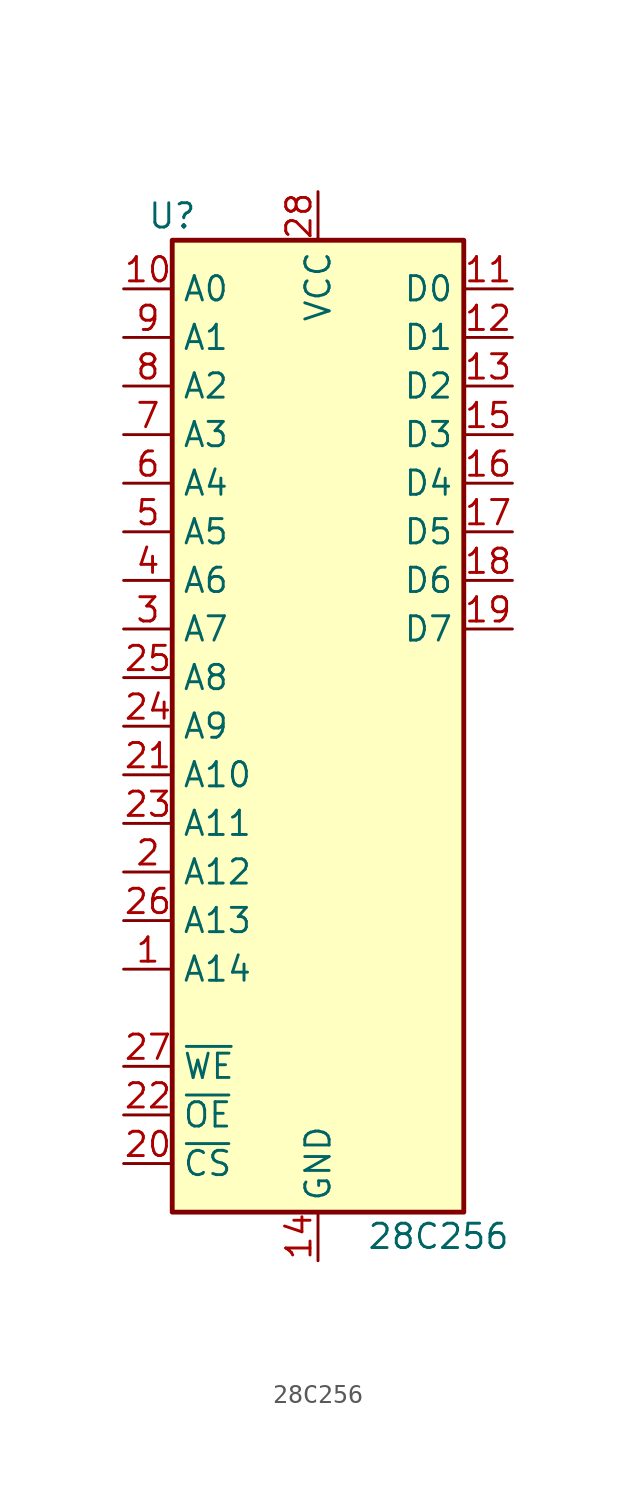
<source format=kicad_sym>
(kicad_symbol_lib
  (version 20241209)
  (generator "kicad_symbol_editor")
  (generator_version "9.0")
  (symbol "28C256"
    (property "Reference" "U"
      (at -7.62 26.67 0)
      (effects (font (size 1.27 1.27))))
    (property "Value" "28C256"
      (at 2.54 -26.67 0)
      (effects (font (size 1.27 1.27)) (justify left)))
    (symbol "28C256_1_1"
      (rectangle (start -7.62 25.4) (end 7.62 -25.4) (stroke (width 0.254) (type default)) (fill (type background)))
      (pin input line (at -10.16 22.86 0) (length 2.54) (name "A0" (effects (font (size 1.27 1.27)))) (number "10" (effects (font (size 1.27 1.27)))))
      (pin input line (at -10.16 20.32 0) (length 2.54) (name "A1" (effects (font (size 1.27 1.27)))) (number "9" (effects (font (size 1.27 1.27)))))
      (pin input line (at -10.16 17.78 0) (length 2.54) (name "A2" (effects (font (size 1.27 1.27)))) (number "8" (effects (font (size 1.27 1.27)))))
      (pin input line (at -10.16 15.24 0) (length 2.54) (name "A3" (effects (font (size 1.27 1.27)))) (number "7" (effects (font (size 1.27 1.27)))))
      (pin input line (at -10.16 12.7 0) (length 2.54) (name "A4" (effects (font (size 1.27 1.27)))) (number "6" (effects (font (size 1.27 1.27)))))
      (pin input line (at -10.16 10.16 0) (length 2.54) (name "A5" (effects (font (size 1.27 1.27)))) (number "5" (effects (font (size 1.27 1.27)))))
      (pin input line (at -10.16 7.62 0) (length 2.54) (name "A6" (effects (font (size 1.27 1.27)))) (number "4" (effects (font (size 1.27 1.27)))))
      (pin input line (at -10.16 5.08 0) (length 2.54) (name "A7" (effects (font (size 1.27 1.27)))) (number "3" (effects (font (size 1.27 1.27)))))
      (pin input line (at -10.16 2.54 0) (length 2.54) (name "A8" (effects (font (size 1.27 1.27)))) (number "25" (effects (font (size 1.27 1.27)))))
      (pin input line (at -10.16 0 0) (length 2.54) (name "A9" (effects (font (size 1.27 1.27)))) (number "24" (effects (font (size 1.27 1.27)))))
      (pin input line (at -10.16 -2.54 0) (length 2.54) (name "A10" (effects (font (size 1.27 1.27)))) (number "21" (effects (font (size 1.27 1.27)))))
      (pin input line (at -10.16 -5.08 0) (length 2.54) (name "A11" (effects (font (size 1.27 1.27)))) (number "23" (effects (font (size 1.27 1.27)))))
      (pin input line (at -10.16 -7.62 0) (length 2.54) (name "A12" (effects (font (size 1.27 1.27)))) (number "2" (effects (font (size 1.27 1.27)))))
      (pin input line (at -10.16 -10.16 0) (length 2.54) (name "A13" (effects (font (size 1.27 1.27)))) (number "26" (effects (font (size 1.27 1.27)))))
      (pin input line (at -10.16 -12.7 0) (length 2.54) (name "A14" (effects (font (size 1.27 1.27)))) (number "1" (effects (font (size 1.27 1.27)))))
      (pin input line (at -10.16 -17.78 0) (length 2.54) (name "~{WE}" (effects (font (size 1.27 1.27)))) (number "27" (effects (font (size 1.27 1.27)))))
      (pin input line (at -10.16 -20.32 0) (length 2.54) (name "~{OE}" (effects (font (size 1.27 1.27)))) (number "22" (effects (font (size 1.27 1.27)))))
      (pin input line (at -10.16 -22.86 0) (length 2.54) (name "~{CS}" (effects (font (size 1.27 1.27)))) (number "20" (effects (font (size 1.27 1.27)))))
      (pin power_in line (at 0 27.94 270) (length 2.54) (name "VCC" (effects (font (size 1.27 1.27)))) (number "28" (effects (font (size 1.27 1.27)))))
      (pin power_in line (at 0 -27.94 90) (length 2.54) (name "GND" (effects (font (size 1.27 1.27)))) (number "14" (effects (font (size 1.27 1.27)))))
      (pin tri_state line (at 10.16 22.86 180) (length 2.54) (name "D0" (effects (font (size 1.27 1.27)))) (number "11" (effects (font (size 1.27 1.27)))))
      (pin tri_state line (at 10.16 20.32 180) (length 2.54) (name "D1" (effects (font (size 1.27 1.27)))) (number "12" (effects (font (size 1.27 1.27)))))
      (pin tri_state line (at 10.16 17.78 180) (length 2.54) (name "D2" (effects (font (size 1.27 1.27)))) (number "13" (effects (font (size 1.27 1.27)))))
      (pin tri_state line (at 10.16 15.24 180) (length 2.54) (name "D3" (effects (font (size 1.27 1.27)))) (number "15" (effects (font (size 1.27 1.27)))))
      (pin tri_state line (at 10.16 12.7 180) (length 2.54) (name "D4" (effects (font (size 1.27 1.27)))) (number "16" (effects (font (size 1.27 1.27)))))
      (pin tri_state line (at 10.16 10.16 180) (length 2.54) (name "D5" (effects (font (size 1.27 1.27)))) (number "17" (effects (font (size 1.27 1.27)))))
      (pin tri_state line (at 10.16 7.62 180) (length 2.54) (name "D6" (effects (font (size 1.27 1.27)))) (number "18" (effects (font (size 1.27 1.27)))))
      (pin tri_state line (at 10.16 5.08 180) (length 2.54) (name "D7" (effects (font (size 1.27 1.27)))) (number "19" (effects (font (size 1.27 1.27))))))))
</source>
